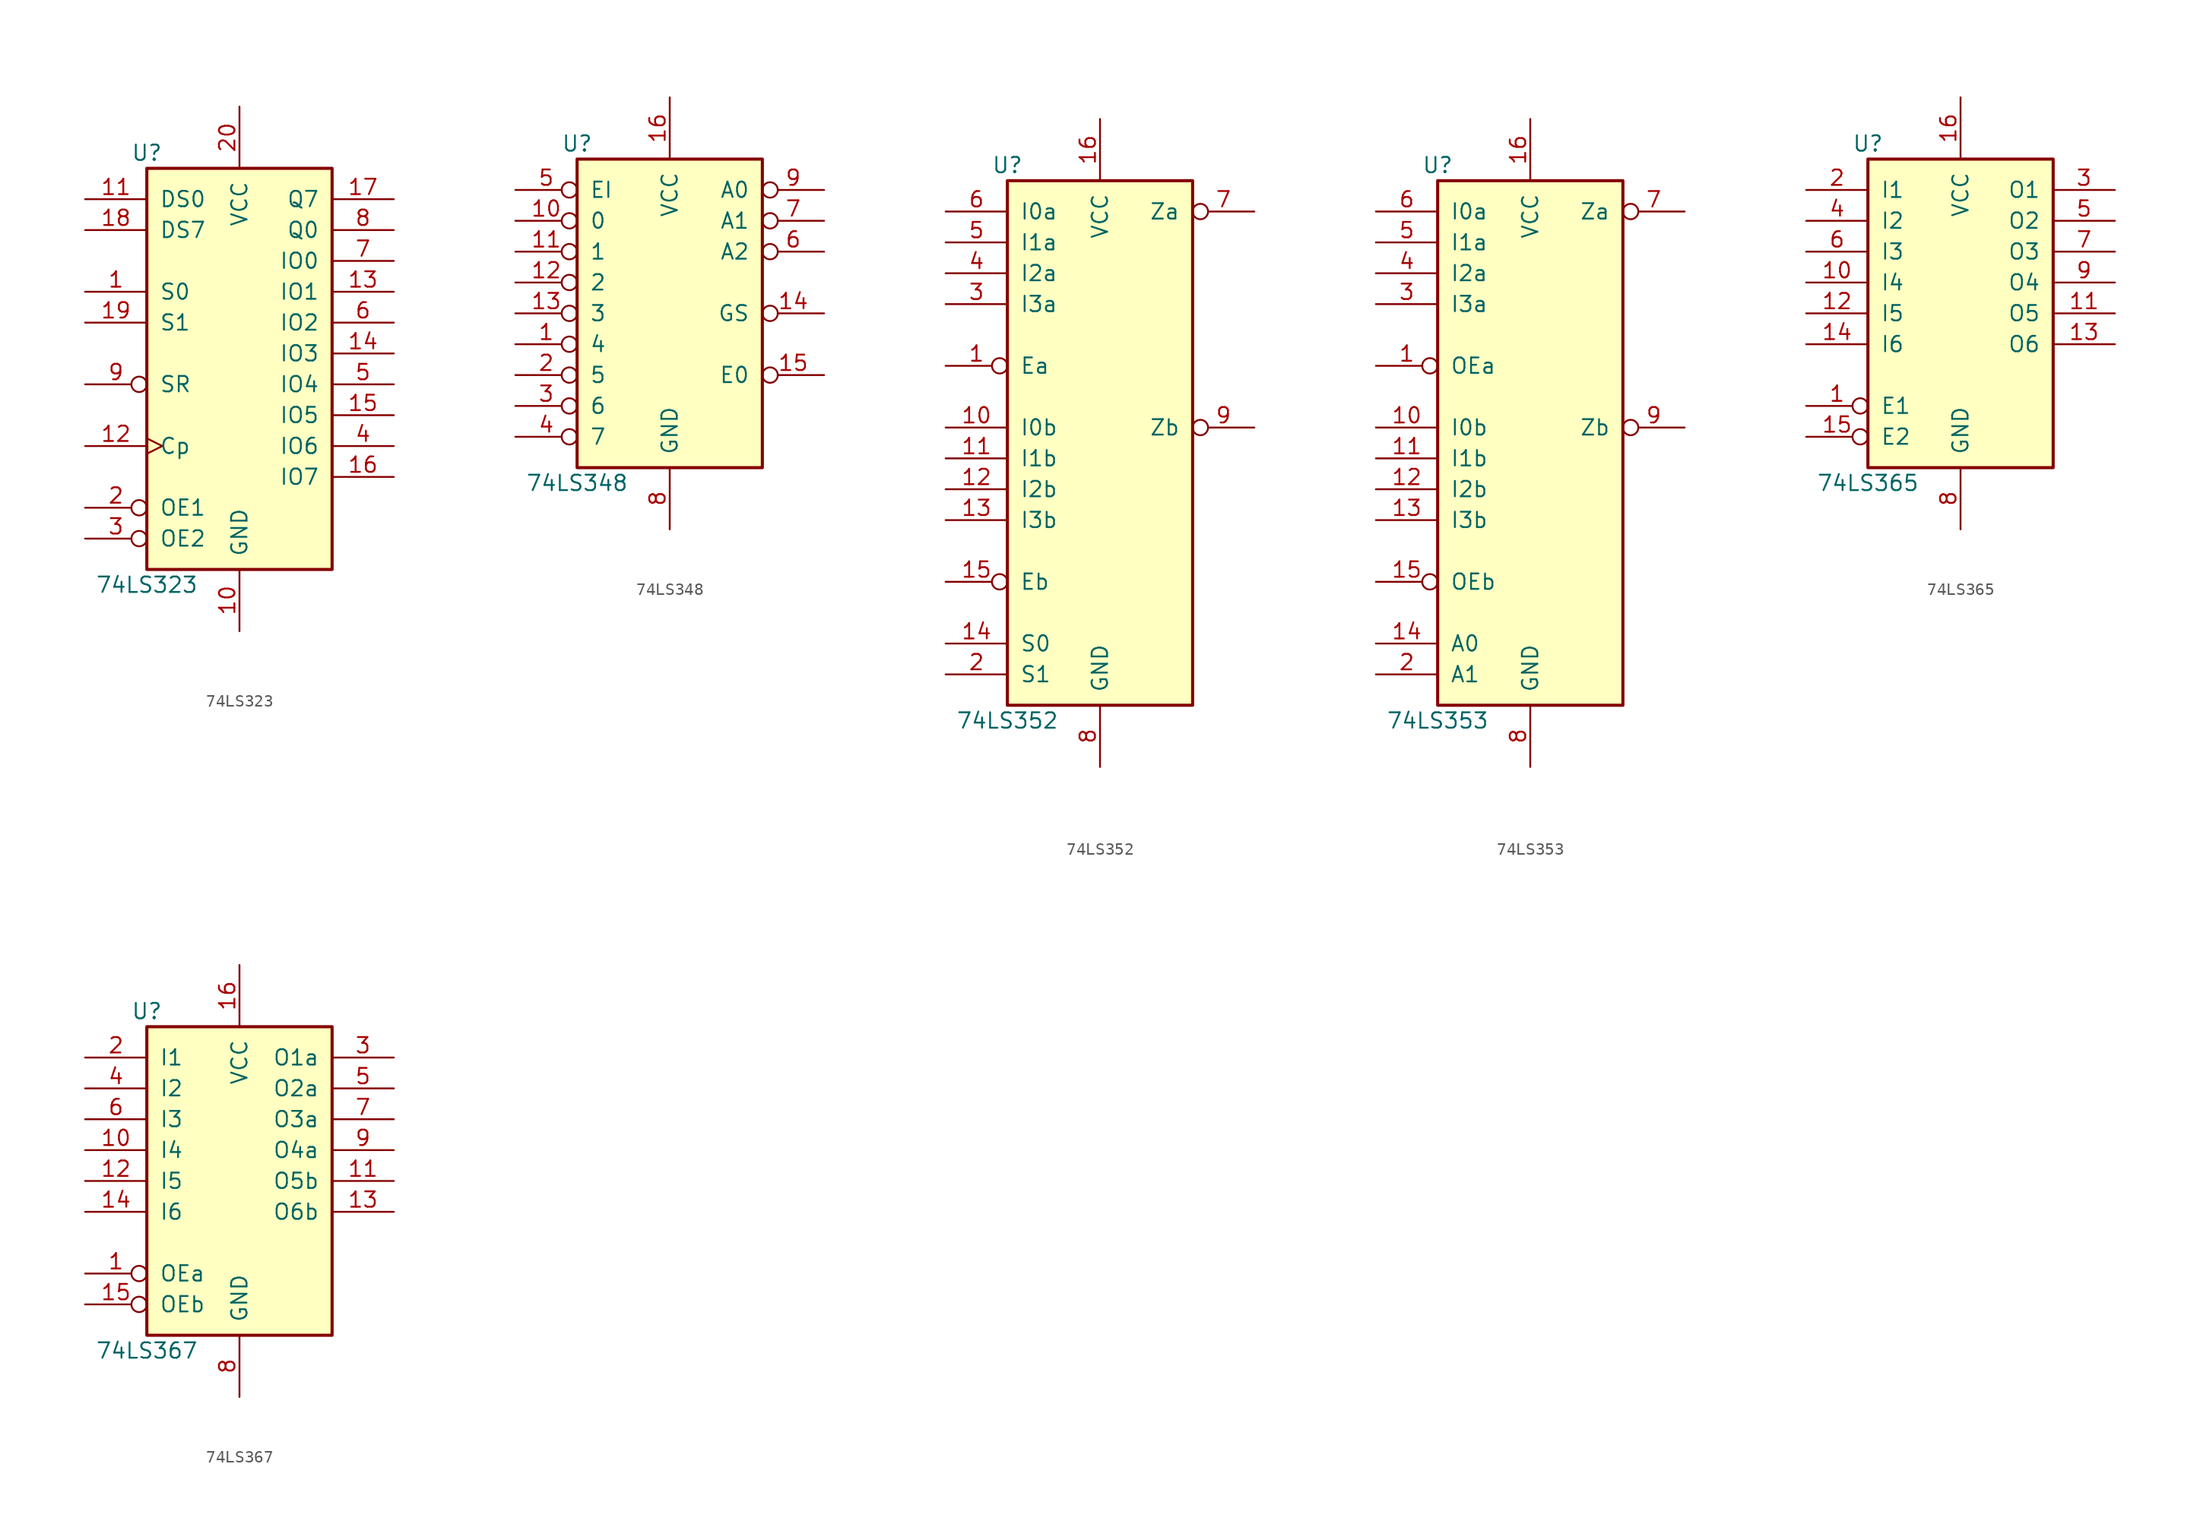
<source format=kicad_sym>
(kicad_symbol_lib
  (version 20241209)
  (generator "kicad_symbol_editor")
  (generator_version "9.0")
  (symbol "74LS323"
    (pin_names
      (offset 1.016))
    (property "Reference" "U"
      (at -7.62 16.51 0)
      (effects (font (size 1.27 1.27))))
    (property "Value" "74LS323"
      (at -7.62 -19.05 0)
      (effects (font (size 1.27 1.27))))
    (property "ki_locked" ""
      (at 0 0 0)
      (effects (font (size 1.27 1.27))))
    (symbol "74LS323_1_0"
      (pin input line (at -12.7 12.7 0) (length 5.08) (name "DS0" (effects (font (size 1.27 1.27)))) (number "11" (effects (font (size 1.27 1.27)))))
      (pin input line (at -12.7 10.16 0) (length 5.08) (name "DS7" (effects (font (size 1.27 1.27)))) (number "18" (effects (font (size 1.27 1.27)))))
      (pin input line (at -12.7 5.08 0) (length 5.08) (name "S0" (effects (font (size 1.27 1.27)))) (number "1" (effects (font (size 1.27 1.27)))))
      (pin input line (at -12.7 2.54 0) (length 5.08) (name "S1" (effects (font (size 1.27 1.27)))) (number "19" (effects (font (size 1.27 1.27)))))
      (pin input inverted (at -12.7 -2.54 0) (length 5.08) (name "SR" (effects (font (size 1.27 1.27)))) (number "9" (effects (font (size 1.27 1.27)))))
      (pin input clock (at -12.7 -7.62 0) (length 5.08) (name "Cp" (effects (font (size 1.27 1.27)))) (number "12" (effects (font (size 1.27 1.27)))))
      (pin input inverted (at -12.7 -12.7 0) (length 5.08) (name "OE1" (effects (font (size 1.27 1.27)))) (number "2" (effects (font (size 1.27 1.27)))))
      (pin input inverted (at -12.7 -15.24 0) (length 5.08) (name "OE2" (effects (font (size 1.27 1.27)))) (number "3" (effects (font (size 1.27 1.27)))))
      (pin power_in line (at 0 20.32 270) (length 5.08) (name "VCC" (effects (font (size 1.27 1.27)))) (number "20" (effects (font (size 1.27 1.27)))))
      (pin power_in line (at 0 -22.86 90) (length 5.08) (name "GND" (effects (font (size 1.27 1.27)))) (number "10" (effects (font (size 1.27 1.27)))))
      (pin output line (at 12.7 12.7 180) (length 5.08) (name "Q7" (effects (font (size 1.27 1.27)))) (number "17" (effects (font (size 1.27 1.27)))))
      (pin output line (at 12.7 10.16 180) (length 5.08) (name "Q0" (effects (font (size 1.27 1.27)))) (number "8" (effects (font (size 1.27 1.27)))))
      (pin tri_state line (at 12.7 7.62 180) (length 5.08) (name "IO0" (effects (font (size 1.27 1.27)))) (number "7" (effects (font (size 1.27 1.27)))))
      (pin tri_state line (at 12.7 5.08 180) (length 5.08) (name "IO1" (effects (font (size 1.27 1.27)))) (number "13" (effects (font (size 1.27 1.27)))))
      (pin tri_state line (at 12.7 2.54 180) (length 5.08) (name "IO2" (effects (font (size 1.27 1.27)))) (number "6" (effects (font (size 1.27 1.27)))))
      (pin tri_state line (at 12.7 0 180) (length 5.08) (name "IO3" (effects (font (size 1.27 1.27)))) (number "14" (effects (font (size 1.27 1.27)))))
      (pin tri_state line (at 12.7 -2.54 180) (length 5.08) (name "IO4" (effects (font (size 1.27 1.27)))) (number "5" (effects (font (size 1.27 1.27)))))
      (pin tri_state line (at 12.7 -5.08 180) (length 5.08) (name "IO5" (effects (font (size 1.27 1.27)))) (number "15" (effects (font (size 1.27 1.27)))))
      (pin tri_state line (at 12.7 -7.62 180) (length 5.08) (name "IO6" (effects (font (size 1.27 1.27)))) (number "4" (effects (font (size 1.27 1.27)))))
      (pin tri_state line (at 12.7 -10.16 180) (length 5.08) (name "IO7" (effects (font (size 1.27 1.27)))) (number "16" (effects (font (size 1.27 1.27))))))
    (symbol "74LS323_1_1"
      (rectangle (start -7.62 15.24) (end 7.62 -17.78) (stroke (width 0.254) (type solid)) (fill (type background)))))
  (symbol "74LS348"
    (pin_names
      (offset 1.016))
    (property "Reference" "U"
      (at -7.62 13.97 0)
      (effects (font (size 1.27 1.27))))
    (property "Value" "74LS348"
      (at -7.62 -13.97 0)
      (effects (font (size 1.27 1.27))))
    (property "ki_locked" ""
      (at 0 0 0)
      (effects (font (size 1.27 1.27))))
    (symbol "74LS348_1_0"
      (pin input inverted (at -12.7 10.16 0) (length 5.08) (name "EI" (effects (font (size 1.27 1.27)))) (number "5" (effects (font (size 1.27 1.27)))))
      (pin input inverted (at -12.7 7.62 0) (length 5.08) (name "0" (effects (font (size 1.27 1.27)))) (number "10" (effects (font (size 1.27 1.27)))))
      (pin input inverted (at -12.7 5.08 0) (length 5.08) (name "1" (effects (font (size 1.27 1.27)))) (number "11" (effects (font (size 1.27 1.27)))))
      (pin input inverted (at -12.7 2.54 0) (length 5.08) (name "2" (effects (font (size 1.27 1.27)))) (number "12" (effects (font (size 1.27 1.27)))))
      (pin input inverted (at -12.7 0 0) (length 5.08) (name "3" (effects (font (size 1.27 1.27)))) (number "13" (effects (font (size 1.27 1.27)))))
      (pin input inverted (at -12.7 -2.54 0) (length 5.08) (name "4" (effects (font (size 1.27 1.27)))) (number "1" (effects (font (size 1.27 1.27)))))
      (pin input inverted (at -12.7 -5.08 0) (length 5.08) (name "5" (effects (font (size 1.27 1.27)))) (number "2" (effects (font (size 1.27 1.27)))))
      (pin input inverted (at -12.7 -7.62 0) (length 5.08) (name "6" (effects (font (size 1.27 1.27)))) (number "3" (effects (font (size 1.27 1.27)))))
      (pin input inverted (at -12.7 -10.16 0) (length 5.08) (name "7" (effects (font (size 1.27 1.27)))) (number "4" (effects (font (size 1.27 1.27)))))
      (pin power_in line (at 0 17.78 270) (length 5.08) (name "VCC" (effects (font (size 1.27 1.27)))) (number "16" (effects (font (size 1.27 1.27)))))
      (pin power_in line (at 0 -17.78 90) (length 5.08) (name "GND" (effects (font (size 1.27 1.27)))) (number "8" (effects (font (size 1.27 1.27)))))
      (pin tri_state inverted (at 12.7 10.16 180) (length 5.08) (name "A0" (effects (font (size 1.27 1.27)))) (number "9" (effects (font (size 1.27 1.27)))))
      (pin tri_state inverted (at 12.7 7.62 180) (length 5.08) (name "A1" (effects (font (size 1.27 1.27)))) (number "7" (effects (font (size 1.27 1.27)))))
      (pin tri_state inverted (at 12.7 5.08 180) (length 5.08) (name "A2" (effects (font (size 1.27 1.27)))) (number "6" (effects (font (size 1.27 1.27)))))
      (pin output inverted (at 12.7 0 180) (length 5.08) (name "GS" (effects (font (size 1.27 1.27)))) (number "14" (effects (font (size 1.27 1.27)))))
      (pin output inverted (at 12.7 -5.08 180) (length 5.08) (name "E0" (effects (font (size 1.27 1.27)))) (number "15" (effects (font (size 1.27 1.27))))))
    (symbol "74LS348_1_1"
      (rectangle (start -7.62 12.7) (end 7.62 -12.7) (stroke (width 0.254) (type solid)) (fill (type background)))))
  (symbol "74LS352"
    (pin_names
      (offset 1.016))
    (property "Reference" "U"
      (at -7.62 21.59 0)
      (effects (font (size 1.27 1.27))))
    (property "Value" "74LS352"
      (at -7.62 -24.13 0)
      (effects (font (size 1.27 1.27))))
    (property "ki_locked" ""
      (at 0 0 0)
      (effects (font (size 1.27 1.27))))
    (symbol "74LS352_1_0"
      (pin input line (at -12.7 17.78 0) (length 5.08) (name "I0a" (effects (font (size 1.27 1.27)))) (number "6" (effects (font (size 1.27 1.27)))))
      (pin input line (at -12.7 15.24 0) (length 5.08) (name "I1a" (effects (font (size 1.27 1.27)))) (number "5" (effects (font (size 1.27 1.27)))))
      (pin input line (at -12.7 12.7 0) (length 5.08) (name "I2a" (effects (font (size 1.27 1.27)))) (number "4" (effects (font (size 1.27 1.27)))))
      (pin input line (at -12.7 10.16 0) (length 5.08) (name "I3a" (effects (font (size 1.27 1.27)))) (number "3" (effects (font (size 1.27 1.27)))))
      (pin input inverted (at -12.7 5.08 0) (length 5.08) (name "Ea" (effects (font (size 1.27 1.27)))) (number "1" (effects (font (size 1.27 1.27)))))
      (pin input line (at -12.7 0 0) (length 5.08) (name "I0b" (effects (font (size 1.27 1.27)))) (number "10" (effects (font (size 1.27 1.27)))))
      (pin input line (at -12.7 -2.54 0) (length 5.08) (name "I1b" (effects (font (size 1.27 1.27)))) (number "11" (effects (font (size 1.27 1.27)))))
      (pin input line (at -12.7 -5.08 0) (length 5.08) (name "I2b" (effects (font (size 1.27 1.27)))) (number "12" (effects (font (size 1.27 1.27)))))
      (pin input line (at -12.7 -7.62 0) (length 5.08) (name "I3b" (effects (font (size 1.27 1.27)))) (number "13" (effects (font (size 1.27 1.27)))))
      (pin input inverted (at -12.7 -12.7 0) (length 5.08) (name "Eb" (effects (font (size 1.27 1.27)))) (number "15" (effects (font (size 1.27 1.27)))))
      (pin input line (at -12.7 -17.78 0) (length 5.08) (name "S0" (effects (font (size 1.27 1.27)))) (number "14" (effects (font (size 1.27 1.27)))))
      (pin input line (at -12.7 -20.32 0) (length 5.08) (name "S1" (effects (font (size 1.27 1.27)))) (number "2" (effects (font (size 1.27 1.27)))))
      (pin power_in line (at 0 25.4 270) (length 5.08) (name "VCC" (effects (font (size 1.27 1.27)))) (number "16" (effects (font (size 1.27 1.27)))))
      (pin power_in line (at 0 -27.94 90) (length 5.08) (name "GND" (effects (font (size 1.27 1.27)))) (number "8" (effects (font (size 1.27 1.27)))))
      (pin output inverted (at 12.7 17.78 180) (length 5.08) (name "Za" (effects (font (size 1.27 1.27)))) (number "7" (effects (font (size 1.27 1.27)))))
      (pin output inverted (at 12.7 0 180) (length 5.08) (name "Zb" (effects (font (size 1.27 1.27)))) (number "9" (effects (font (size 1.27 1.27))))))
    (symbol "74LS352_1_1"
      (rectangle (start -7.62 20.32) (end 7.62 -22.86) (stroke (width 0.254) (type solid)) (fill (type background)))))
  (symbol "74LS353"
    (pin_names
      (offset 1.016))
    (property "Reference" "U"
      (at -7.62 21.59 0)
      (effects (font (size 1.27 1.27))))
    (property "Value" "74LS353"
      (at -7.62 -24.13 0)
      (effects (font (size 1.27 1.27))))
    (property "ki_locked" ""
      (at 0 0 0)
      (effects (font (size 1.27 1.27))))
    (symbol "74LS353_1_0"
      (pin input line (at -12.7 17.78 0) (length 5.08) (name "I0a" (effects (font (size 1.27 1.27)))) (number "6" (effects (font (size 1.27 1.27)))))
      (pin input line (at -12.7 15.24 0) (length 5.08) (name "I1a" (effects (font (size 1.27 1.27)))) (number "5" (effects (font (size 1.27 1.27)))))
      (pin input line (at -12.7 12.7 0) (length 5.08) (name "I2a" (effects (font (size 1.27 1.27)))) (number "4" (effects (font (size 1.27 1.27)))))
      (pin input line (at -12.7 10.16 0) (length 5.08) (name "I3a" (effects (font (size 1.27 1.27)))) (number "3" (effects (font (size 1.27 1.27)))))
      (pin input inverted (at -12.7 5.08 0) (length 5.08) (name "OEa" (effects (font (size 1.27 1.27)))) (number "1" (effects (font (size 1.27 1.27)))))
      (pin input line (at -12.7 0 0) (length 5.08) (name "I0b" (effects (font (size 1.27 1.27)))) (number "10" (effects (font (size 1.27 1.27)))))
      (pin input line (at -12.7 -2.54 0) (length 5.08) (name "I1b" (effects (font (size 1.27 1.27)))) (number "11" (effects (font (size 1.27 1.27)))))
      (pin input line (at -12.7 -5.08 0) (length 5.08) (name "I2b" (effects (font (size 1.27 1.27)))) (number "12" (effects (font (size 1.27 1.27)))))
      (pin input line (at -12.7 -7.62 0) (length 5.08) (name "I3b" (effects (font (size 1.27 1.27)))) (number "13" (effects (font (size 1.27 1.27)))))
      (pin input inverted (at -12.7 -12.7 0) (length 5.08) (name "OEb" (effects (font (size 1.27 1.27)))) (number "15" (effects (font (size 1.27 1.27)))))
      (pin input line (at -12.7 -17.78 0) (length 5.08) (name "A0" (effects (font (size 1.27 1.27)))) (number "14" (effects (font (size 1.27 1.27)))))
      (pin input line (at -12.7 -20.32 0) (length 5.08) (name "A1" (effects (font (size 1.27 1.27)))) (number "2" (effects (font (size 1.27 1.27)))))
      (pin power_in line (at 0 25.4 270) (length 5.08) (name "VCC" (effects (font (size 1.27 1.27)))) (number "16" (effects (font (size 1.27 1.27)))))
      (pin power_in line (at 0 -27.94 90) (length 5.08) (name "GND" (effects (font (size 1.27 1.27)))) (number "8" (effects (font (size 1.27 1.27)))))
      (pin tri_state inverted (at 12.7 17.78 180) (length 5.08) (name "Za" (effects (font (size 1.27 1.27)))) (number "7" (effects (font (size 1.27 1.27)))))
      (pin tri_state inverted (at 12.7 0 180) (length 5.08) (name "Zb" (effects (font (size 1.27 1.27)))) (number "9" (effects (font (size 1.27 1.27))))))
    (symbol "74LS353_1_1"
      (rectangle (start -7.62 20.32) (end 7.62 -22.86) (stroke (width 0.254) (type solid)) (fill (type background)))))
  (symbol "74LS365"
    (pin_names
      (offset 1.016))
    (property "Reference" "U"
      (at -7.62 13.97 0)
      (effects (font (size 1.27 1.27))))
    (property "Value" "74LS365"
      (at -7.62 -13.97 0)
      (effects (font (size 1.27 1.27))))
    (property "ki_locked" ""
      (at 0 0 0)
      (effects (font (size 1.27 1.27))))
    (symbol "74LS365_1_0"
      (pin input line (at -12.7 10.16 0) (length 5.08) (name "I1" (effects (font (size 1.27 1.27)))) (number "2" (effects (font (size 1.27 1.27)))))
      (pin input line (at -12.7 7.62 0) (length 5.08) (name "I2" (effects (font (size 1.27 1.27)))) (number "4" (effects (font (size 1.27 1.27)))))
      (pin input line (at -12.7 5.08 0) (length 5.08) (name "I3" (effects (font (size 1.27 1.27)))) (number "6" (effects (font (size 1.27 1.27)))))
      (pin input line (at -12.7 2.54 0) (length 5.08) (name "I4" (effects (font (size 1.27 1.27)))) (number "10" (effects (font (size 1.27 1.27)))))
      (pin input line (at -12.7 0 0) (length 5.08) (name "I5" (effects (font (size 1.27 1.27)))) (number "12" (effects (font (size 1.27 1.27)))))
      (pin input line (at -12.7 -2.54 0) (length 5.08) (name "I6" (effects (font (size 1.27 1.27)))) (number "14" (effects (font (size 1.27 1.27)))))
      (pin input inverted (at -12.7 -7.62 0) (length 5.08) (name "E1" (effects (font (size 1.27 1.27)))) (number "1" (effects (font (size 1.27 1.27)))))
      (pin input inverted (at -12.7 -10.16 0) (length 5.08) (name "E2" (effects (font (size 1.27 1.27)))) (number "15" (effects (font (size 1.27 1.27)))))
      (pin power_in line (at 0 17.78 270) (length 5.08) (name "VCC" (effects (font (size 1.27 1.27)))) (number "16" (effects (font (size 1.27 1.27)))))
      (pin power_in line (at 0 -17.78 90) (length 5.08) (name "GND" (effects (font (size 1.27 1.27)))) (number "8" (effects (font (size 1.27 1.27)))))
      (pin tri_state line (at 12.7 10.16 180) (length 5.08) (name "O1" (effects (font (size 1.27 1.27)))) (number "3" (effects (font (size 1.27 1.27)))))
      (pin tri_state line (at 12.7 7.62 180) (length 5.08) (name "O2" (effects (font (size 1.27 1.27)))) (number "5" (effects (font (size 1.27 1.27)))))
      (pin tri_state line (at 12.7 5.08 180) (length 5.08) (name "O3" (effects (font (size 1.27 1.27)))) (number "7" (effects (font (size 1.27 1.27)))))
      (pin tri_state line (at 12.7 2.54 180) (length 5.08) (name "O4" (effects (font (size 1.27 1.27)))) (number "9" (effects (font (size 1.27 1.27)))))
      (pin tri_state line (at 12.7 0 180) (length 5.08) (name "O5" (effects (font (size 1.27 1.27)))) (number "11" (effects (font (size 1.27 1.27)))))
      (pin tri_state line (at 12.7 -2.54 180) (length 5.08) (name "O6" (effects (font (size 1.27 1.27)))) (number "13" (effects (font (size 1.27 1.27))))))
    (symbol "74LS365_1_1"
      (rectangle (start -7.62 12.7) (end 7.62 -12.7) (stroke (width 0.254) (type solid)) (fill (type background)))))
  (symbol "74LS367"
    (pin_names
      (offset 1.016))
    (property "Reference" "U"
      (at -7.62 13.97 0)
      (effects (font (size 1.27 1.27))))
    (property "Value" "74LS367"
      (at -7.62 -13.97 0)
      (effects (font (size 1.27 1.27))))
    (property "ki_locked" ""
      (at 0 0 0)
      (effects (font (size 1.27 1.27))))
    (symbol "74LS367_1_0"
      (pin input line (at -12.7 10.16 0) (length 5.08) (name "I1" (effects (font (size 1.27 1.27)))) (number "2" (effects (font (size 1.27 1.27)))))
      (pin input line (at -12.7 7.62 0) (length 5.08) (name "I2" (effects (font (size 1.27 1.27)))) (number "4" (effects (font (size 1.27 1.27)))))
      (pin input line (at -12.7 5.08 0) (length 5.08) (name "I3" (effects (font (size 1.27 1.27)))) (number "6" (effects (font (size 1.27 1.27)))))
      (pin input line (at -12.7 2.54 0) (length 5.08) (name "I4" (effects (font (size 1.27 1.27)))) (number "10" (effects (font (size 1.27 1.27)))))
      (pin input line (at -12.7 0 0) (length 5.08) (name "I5" (effects (font (size 1.27 1.27)))) (number "12" (effects (font (size 1.27 1.27)))))
      (pin input line (at -12.7 -2.54 0) (length 5.08) (name "I6" (effects (font (size 1.27 1.27)))) (number "14" (effects (font (size 1.27 1.27)))))
      (pin input inverted (at -12.7 -7.62 0) (length 5.08) (name "OEa" (effects (font (size 1.27 1.27)))) (number "1" (effects (font (size 1.27 1.27)))))
      (pin input inverted (at -12.7 -10.16 0) (length 5.08) (name "OEb" (effects (font (size 1.27 1.27)))) (number "15" (effects (font (size 1.27 1.27)))))
      (pin power_in line (at 0 17.78 270) (length 5.08) (name "VCC" (effects (font (size 1.27 1.27)))) (number "16" (effects (font (size 1.27 1.27)))))
      (pin power_in line (at 0 -17.78 90) (length 5.08) (name "GND" (effects (font (size 1.27 1.27)))) (number "8" (effects (font (size 1.27 1.27)))))
      (pin tri_state line (at 12.7 10.16 180) (length 5.08) (name "O1a" (effects (font (size 1.27 1.27)))) (number "3" (effects (font (size 1.27 1.27)))))
      (pin tri_state line (at 12.7 7.62 180) (length 5.08) (name "O2a" (effects (font (size 1.27 1.27)))) (number "5" (effects (font (size 1.27 1.27)))))
      (pin tri_state line (at 12.7 5.08 180) (length 5.08) (name "O3a" (effects (font (size 1.27 1.27)))) (number "7" (effects (font (size 1.27 1.27)))))
      (pin tri_state line (at 12.7 2.54 180) (length 5.08) (name "O4a" (effects (font (size 1.27 1.27)))) (number "9" (effects (font (size 1.27 1.27)))))
      (pin tri_state line (at 12.7 0 180) (length 5.08) (name "O5b" (effects (font (size 1.27 1.27)))) (number "11" (effects (font (size 1.27 1.27)))))
      (pin tri_state line (at 12.7 -2.54 180) (length 5.08) (name "O6b" (effects (font (size 1.27 1.27)))) (number "13" (effects (font (size 1.27 1.27))))))
    (symbol "74LS367_1_1"
      (rectangle (start -7.62 12.7) (end 7.62 -12.7) (stroke (width 0.254) (type solid)) (fill (type background))))))
</source>
